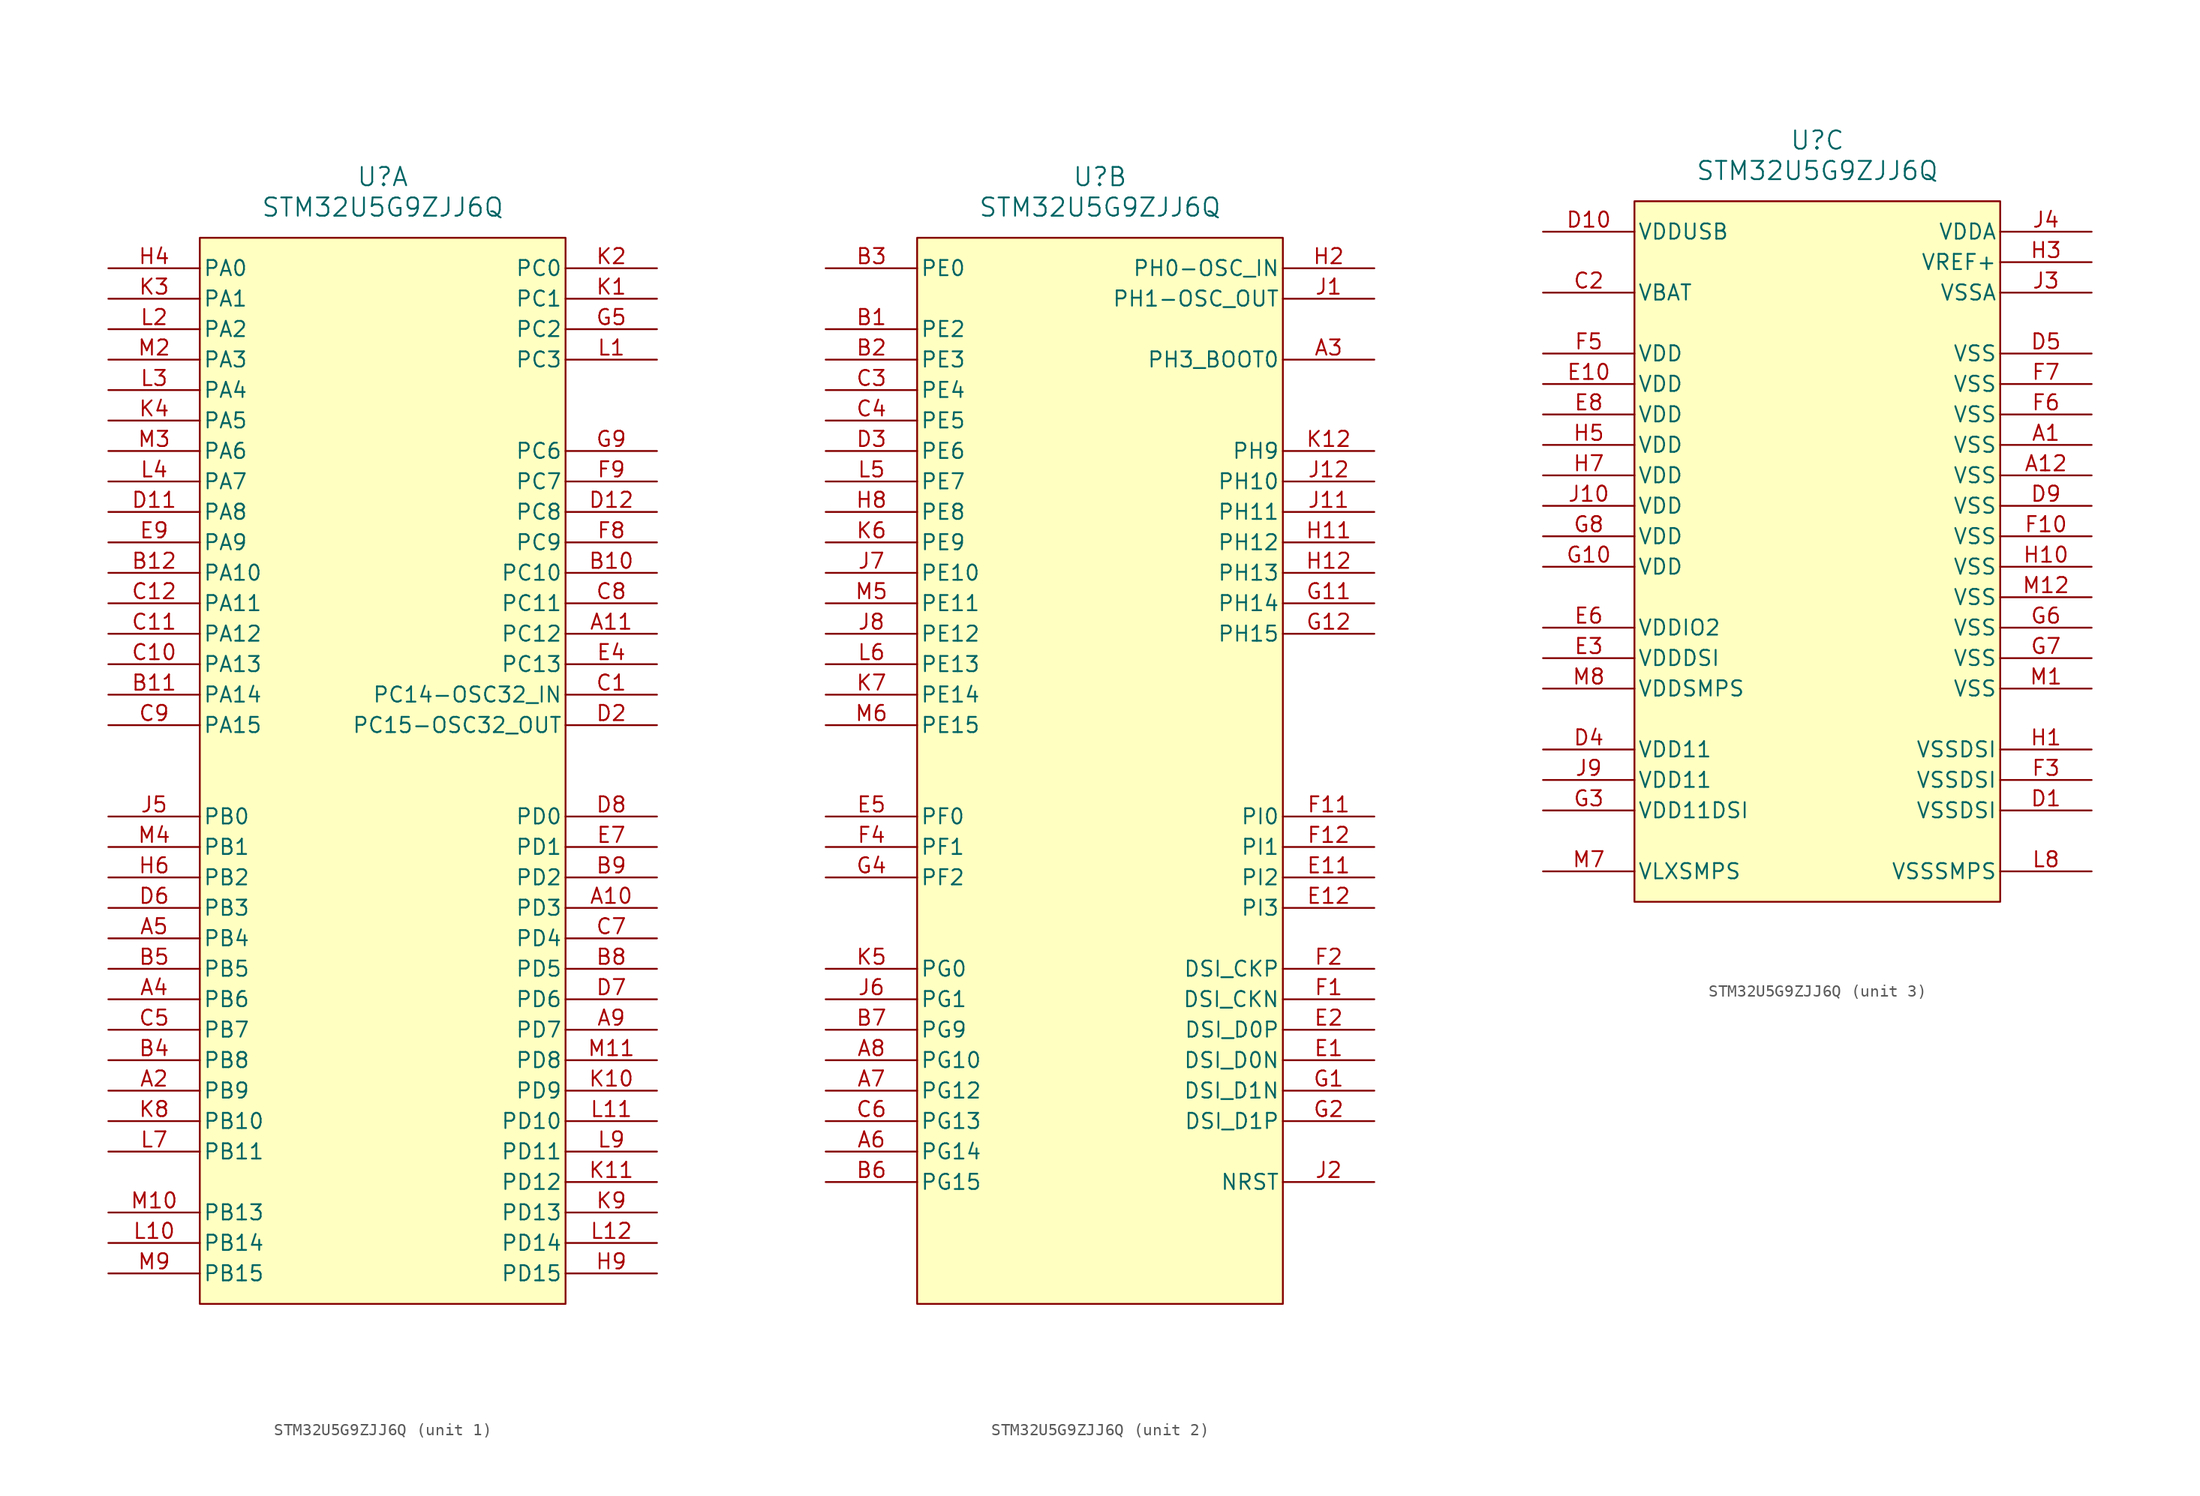
<source format=kicad_sym>
(kicad_symbol_lib
  (version 20231120)
  (generator "kicad_symbol_editor")
  (generator_version "8.0")
  (symbol "STM32U5G9ZJJ6Q"
    (pin_names
      (offset 0.254))
    (property "Reference" "U"
      (at 0 5.08 0)
      (effects (font (size 1.524 1.524))))
    (property "Value" "STM32U5G9ZJJ6Q"
      (at 0 2.54 0)
      (effects (font (size 1.524 1.524))))
    (property "ki_locked" ""
      (at 0 0 0)
      (effects (font (size 1.27 1.27))))
    (symbol "STM32U5G9ZJJ6Q_1_1"
      (rectangle (start -15.24 0) (end 15.24 -88.9) (stroke (width 0) (type default)) (fill (type background)))
      (pin bidirectional line (at 22.86 -55.88 180) (length 7.62) (name "PD3" (effects (font (size 1.27 1.27)))) (number "A10" (effects (font (size 1.27 1.27)))))
      (pin bidirectional line (at 22.86 -33.02 180) (length 7.62) (name "PC12" (effects (font (size 1.27 1.27)))) (number "A11" (effects (font (size 1.27 1.27)))))
      (pin bidirectional line (at -22.86 -71.12 0) (length 7.62) (name "PB9" (effects (font (size 1.27 1.27)))) (number "A2" (effects (font (size 1.27 1.27)))))
      (pin bidirectional line (at -22.86 -63.5 0) (length 7.62) (name "PB6" (effects (font (size 1.27 1.27)))) (number "A4" (effects (font (size 1.27 1.27)))))
      (pin bidirectional line (at -22.86 -58.42 0) (length 7.62) (name "PB4" (effects (font (size 1.27 1.27)))) (number "A5" (effects (font (size 1.27 1.27)))))
      (pin bidirectional line (at 22.86 -66.04 180) (length 7.62) (name "PD7" (effects (font (size 1.27 1.27)))) (number "A9" (effects (font (size 1.27 1.27)))))
      (pin bidirectional line (at 22.86 -27.94 180) (length 7.62) (name "PC10" (effects (font (size 1.27 1.27)))) (number "B10" (effects (font (size 1.27 1.27)))))
      (pin bidirectional line (at -22.86 -38.1 0) (length 7.62) (name "PA14" (effects (font (size 1.27 1.27)))) (number "B11" (effects (font (size 1.27 1.27)))))
      (pin bidirectional line (at -22.86 -27.94 0) (length 7.62) (name "PA10" (effects (font (size 1.27 1.27)))) (number "B12" (effects (font (size 1.27 1.27)))))
      (pin bidirectional line (at -22.86 -68.58 0) (length 7.62) (name "PB8" (effects (font (size 1.27 1.27)))) (number "B4" (effects (font (size 1.27 1.27)))))
      (pin bidirectional line (at -22.86 -60.96 0) (length 7.62) (name "PB5" (effects (font (size 1.27 1.27)))) (number "B5" (effects (font (size 1.27 1.27)))))
      (pin bidirectional line (at 22.86 -60.96 180) (length 7.62) (name "PD5" (effects (font (size 1.27 1.27)))) (number "B8" (effects (font (size 1.27 1.27)))))
      (pin bidirectional line (at 22.86 -53.34 180) (length 7.62) (name "PD2" (effects (font (size 1.27 1.27)))) (number "B9" (effects (font (size 1.27 1.27)))))
      (pin bidirectional line (at 22.86 -38.1 180) (length 7.62) (name "PC14-OSC32_IN" (effects (font (size 1.27 1.27)))) (number "C1" (effects (font (size 1.27 1.27)))))
      (pin bidirectional line (at -22.86 -35.56 0) (length 7.62) (name "PA13" (effects (font (size 1.27 1.27)))) (number "C10" (effects (font (size 1.27 1.27)))))
      (pin bidirectional line (at -22.86 -33.02 0) (length 7.62) (name "PA12" (effects (font (size 1.27 1.27)))) (number "C11" (effects (font (size 1.27 1.27)))))
      (pin bidirectional line (at -22.86 -30.48 0) (length 7.62) (name "PA11" (effects (font (size 1.27 1.27)))) (number "C12" (effects (font (size 1.27 1.27)))))
      (pin bidirectional line (at -22.86 -66.04 0) (length 7.62) (name "PB7" (effects (font (size 1.27 1.27)))) (number "C5" (effects (font (size 1.27 1.27)))))
      (pin bidirectional line (at 22.86 -58.42 180) (length 7.62) (name "PD4" (effects (font (size 1.27 1.27)))) (number "C7" (effects (font (size 1.27 1.27)))))
      (pin bidirectional line (at 22.86 -30.48 180) (length 7.62) (name "PC11" (effects (font (size 1.27 1.27)))) (number "C8" (effects (font (size 1.27 1.27)))))
      (pin bidirectional line (at -22.86 -40.64 0) (length 7.62) (name "PA15" (effects (font (size 1.27 1.27)))) (number "C9" (effects (font (size 1.27 1.27)))))
      (pin bidirectional line (at -22.86 -22.86 0) (length 7.62) (name "PA8" (effects (font (size 1.27 1.27)))) (number "D11" (effects (font (size 1.27 1.27)))))
      (pin bidirectional line (at 22.86 -22.86 180) (length 7.62) (name "PC8" (effects (font (size 1.27 1.27)))) (number "D12" (effects (font (size 1.27 1.27)))))
      (pin output line (at 22.86 -40.64 180) (length 7.62) (name "PC15-OSC32_OUT" (effects (font (size 1.27 1.27)))) (number "D2" (effects (font (size 1.27 1.27)))))
      (pin bidirectional line (at -22.86 -55.88 0) (length 7.62) (name "PB3" (effects (font (size 1.27 1.27)))) (number "D6" (effects (font (size 1.27 1.27)))))
      (pin bidirectional line (at 22.86 -63.5 180) (length 7.62) (name "PD6" (effects (font (size 1.27 1.27)))) (number "D7" (effects (font (size 1.27 1.27)))))
      (pin bidirectional line (at 22.86 -48.26 180) (length 7.62) (name "PD0" (effects (font (size 1.27 1.27)))) (number "D8" (effects (font (size 1.27 1.27)))))
      (pin bidirectional line (at 22.86 -35.56 180) (length 7.62) (name "PC13" (effects (font (size 1.27 1.27)))) (number "E4" (effects (font (size 1.27 1.27)))))
      (pin bidirectional line (at 22.86 -50.8 180) (length 7.62) (name "PD1" (effects (font (size 1.27 1.27)))) (number "E7" (effects (font (size 1.27 1.27)))))
      (pin bidirectional line (at -22.86 -25.4 0) (length 7.62) (name "PA9" (effects (font (size 1.27 1.27)))) (number "E9" (effects (font (size 1.27 1.27)))))
      (pin bidirectional line (at 22.86 -25.4 180) (length 7.62) (name "PC9" (effects (font (size 1.27 1.27)))) (number "F8" (effects (font (size 1.27 1.27)))))
      (pin bidirectional line (at 22.86 -20.32 180) (length 7.62) (name "PC7" (effects (font (size 1.27 1.27)))) (number "F9" (effects (font (size 1.27 1.27)))))
      (pin bidirectional line (at 22.86 -7.62 180) (length 7.62) (name "PC2" (effects (font (size 1.27 1.27)))) (number "G5" (effects (font (size 1.27 1.27)))))
      (pin bidirectional line (at 22.86 -17.78 180) (length 7.62) (name "PC6" (effects (font (size 1.27 1.27)))) (number "G9" (effects (font (size 1.27 1.27)))))
      (pin bidirectional line (at -22.86 -2.54 0) (length 7.62) (name "PA0" (effects (font (size 1.27 1.27)))) (number "H4" (effects (font (size 1.27 1.27)))))
      (pin bidirectional line (at -22.86 -53.34 0) (length 7.62) (name "PB2" (effects (font (size 1.27 1.27)))) (number "H6" (effects (font (size 1.27 1.27)))))
      (pin bidirectional line (at 22.86 -86.36 180) (length 7.62) (name "PD15" (effects (font (size 1.27 1.27)))) (number "H9" (effects (font (size 1.27 1.27)))))
      (pin bidirectional line (at -22.86 -48.26 0) (length 7.62) (name "PB0" (effects (font (size 1.27 1.27)))) (number "J5" (effects (font (size 1.27 1.27)))))
      (pin bidirectional line (at 22.86 -5.08 180) (length 7.62) (name "PC1" (effects (font (size 1.27 1.27)))) (number "K1" (effects (font (size 1.27 1.27)))))
      (pin bidirectional line (at 22.86 -71.12 180) (length 7.62) (name "PD9" (effects (font (size 1.27 1.27)))) (number "K10" (effects (font (size 1.27 1.27)))))
      (pin bidirectional line (at 22.86 -78.74 180) (length 7.62) (name "PD12" (effects (font (size 1.27 1.27)))) (number "K11" (effects (font (size 1.27 1.27)))))
      (pin bidirectional line (at 22.86 -2.54 180) (length 7.62) (name "PC0" (effects (font (size 1.27 1.27)))) (number "K2" (effects (font (size 1.27 1.27)))))
      (pin bidirectional line (at -22.86 -5.08 0) (length 7.62) (name "PA1" (effects (font (size 1.27 1.27)))) (number "K3" (effects (font (size 1.27 1.27)))))
      (pin bidirectional line (at -22.86 -15.24 0) (length 7.62) (name "PA5" (effects (font (size 1.27 1.27)))) (number "K4" (effects (font (size 1.27 1.27)))))
      (pin bidirectional line (at -22.86 -73.66 0) (length 7.62) (name "PB10" (effects (font (size 1.27 1.27)))) (number "K8" (effects (font (size 1.27 1.27)))))
      (pin bidirectional line (at 22.86 -81.28 180) (length 7.62) (name "PD13" (effects (font (size 1.27 1.27)))) (number "K9" (effects (font (size 1.27 1.27)))))
      (pin bidirectional line (at 22.86 -10.16 180) (length 7.62) (name "PC3" (effects (font (size 1.27 1.27)))) (number "L1" (effects (font (size 1.27 1.27)))))
      (pin bidirectional line (at -22.86 -83.82 0) (length 7.62) (name "PB14" (effects (font (size 1.27 1.27)))) (number "L10" (effects (font (size 1.27 1.27)))))
      (pin bidirectional line (at 22.86 -73.66 180) (length 7.62) (name "PD10" (effects (font (size 1.27 1.27)))) (number "L11" (effects (font (size 1.27 1.27)))))
      (pin bidirectional line (at 22.86 -83.82 180) (length 7.62) (name "PD14" (effects (font (size 1.27 1.27)))) (number "L12" (effects (font (size 1.27 1.27)))))
      (pin bidirectional line (at -22.86 -7.62 0) (length 7.62) (name "PA2" (effects (font (size 1.27 1.27)))) (number "L2" (effects (font (size 1.27 1.27)))))
      (pin bidirectional line (at -22.86 -12.7 0) (length 7.62) (name "PA4" (effects (font (size 1.27 1.27)))) (number "L3" (effects (font (size 1.27 1.27)))))
      (pin bidirectional line (at -22.86 -20.32 0) (length 7.62) (name "PA7" (effects (font (size 1.27 1.27)))) (number "L4" (effects (font (size 1.27 1.27)))))
      (pin bidirectional line (at -22.86 -76.2 0) (length 7.62) (name "PB11" (effects (font (size 1.27 1.27)))) (number "L7" (effects (font (size 1.27 1.27)))))
      (pin bidirectional line (at 22.86 -76.2 180) (length 7.62) (name "PD11" (effects (font (size 1.27 1.27)))) (number "L9" (effects (font (size 1.27 1.27)))))
      (pin bidirectional line (at -22.86 -81.28 0) (length 7.62) (name "PB13" (effects (font (size 1.27 1.27)))) (number "M10" (effects (font (size 1.27 1.27)))))
      (pin bidirectional line (at 22.86 -68.58 180) (length 7.62) (name "PD8" (effects (font (size 1.27 1.27)))) (number "M11" (effects (font (size 1.27 1.27)))))
      (pin bidirectional line (at -22.86 -10.16 0) (length 7.62) (name "PA3" (effects (font (size 1.27 1.27)))) (number "M2" (effects (font (size 1.27 1.27)))))
      (pin bidirectional line (at -22.86 -17.78 0) (length 7.62) (name "PA6" (effects (font (size 1.27 1.27)))) (number "M3" (effects (font (size 1.27 1.27)))))
      (pin bidirectional line (at -22.86 -50.8 0) (length 7.62) (name "PB1" (effects (font (size 1.27 1.27)))) (number "M4" (effects (font (size 1.27 1.27)))))
      (pin bidirectional line (at -22.86 -86.36 0) (length 7.62) (name "PB15" (effects (font (size 1.27 1.27)))) (number "M9" (effects (font (size 1.27 1.27))))))
    (symbol "STM32U5G9ZJJ6Q_2_1"
      (rectangle (start -15.24 0) (end 15.24 -88.9) (stroke (width 0) (type default)) (fill (type background)))
      (pin bidirectional line (at 22.86 -10.16 180) (length 7.62) (name "PH3_BOOT0" (effects (font (size 1.27 1.27)))) (number "A3" (effects (font (size 1.27 1.27)))))
      (pin bidirectional line (at -22.86 -76.2 0) (length 7.62) (name "PG14" (effects (font (size 1.27 1.27)))) (number "A6" (effects (font (size 1.27 1.27)))))
      (pin bidirectional line (at -22.86 -71.12 0) (length 7.62) (name "PG12" (effects (font (size 1.27 1.27)))) (number "A7" (effects (font (size 1.27 1.27)))))
      (pin bidirectional line (at -22.86 -68.58 0) (length 7.62) (name "PG10" (effects (font (size 1.27 1.27)))) (number "A8" (effects (font (size 1.27 1.27)))))
      (pin bidirectional line (at -22.86 -7.62 0) (length 7.62) (name "PE2" (effects (font (size 1.27 1.27)))) (number "B1" (effects (font (size 1.27 1.27)))))
      (pin bidirectional line (at -22.86 -10.16 0) (length 7.62) (name "PE3" (effects (font (size 1.27 1.27)))) (number "B2" (effects (font (size 1.27 1.27)))))
      (pin bidirectional line (at -22.86 -2.54 0) (length 7.62) (name "PE0" (effects (font (size 1.27 1.27)))) (number "B3" (effects (font (size 1.27 1.27)))))
      (pin bidirectional line (at -22.86 -78.74 0) (length 7.62) (name "PG15" (effects (font (size 1.27 1.27)))) (number "B6" (effects (font (size 1.27 1.27)))))
      (pin bidirectional line (at -22.86 -66.04 0) (length 7.62) (name "PG9" (effects (font (size 1.27 1.27)))) (number "B7" (effects (font (size 1.27 1.27)))))
      (pin bidirectional line (at -22.86 -12.7 0) (length 7.62) (name "PE4" (effects (font (size 1.27 1.27)))) (number "C3" (effects (font (size 1.27 1.27)))))
      (pin bidirectional line (at -22.86 -15.24 0) (length 7.62) (name "PE5" (effects (font (size 1.27 1.27)))) (number "C4" (effects (font (size 1.27 1.27)))))
      (pin bidirectional line (at -22.86 -73.66 0) (length 7.62) (name "PG13" (effects (font (size 1.27 1.27)))) (number "C6" (effects (font (size 1.27 1.27)))))
      (pin bidirectional line (at -22.86 -17.78 0) (length 7.62) (name "PE6" (effects (font (size 1.27 1.27)))) (number "D3" (effects (font (size 1.27 1.27)))))
      (pin bidirectional line (at 22.86 -68.58 180) (length 7.62) (name "DSI_D0N" (effects (font (size 1.27 1.27)))) (number "E1" (effects (font (size 1.27 1.27)))))
      (pin bidirectional line (at 22.86 -53.34 180) (length 7.62) (name "PI2" (effects (font (size 1.27 1.27)))) (number "E11" (effects (font (size 1.27 1.27)))))
      (pin bidirectional line (at 22.86 -55.88 180) (length 7.62) (name "PI3" (effects (font (size 1.27 1.27)))) (number "E12" (effects (font (size 1.27 1.27)))))
      (pin bidirectional line (at 22.86 -66.04 180) (length 7.62) (name "DSI_D0P" (effects (font (size 1.27 1.27)))) (number "E2" (effects (font (size 1.27 1.27)))))
      (pin bidirectional line (at -22.86 -48.26 0) (length 7.62) (name "PF0" (effects (font (size 1.27 1.27)))) (number "E5" (effects (font (size 1.27 1.27)))))
      (pin unspecified line (at 22.86 -63.5 180) (length 7.62) (name "DSI_CKN" (effects (font (size 1.27 1.27)))) (number "F1" (effects (font (size 1.27 1.27)))))
      (pin bidirectional line (at 22.86 -48.26 180) (length 7.62) (name "PI0" (effects (font (size 1.27 1.27)))) (number "F11" (effects (font (size 1.27 1.27)))))
      (pin bidirectional line (at 22.86 -50.8 180) (length 7.62) (name "PI1" (effects (font (size 1.27 1.27)))) (number "F12" (effects (font (size 1.27 1.27)))))
      (pin unspecified line (at 22.86 -60.96 180) (length 7.62) (name "DSI_CKP" (effects (font (size 1.27 1.27)))) (number "F2" (effects (font (size 1.27 1.27)))))
      (pin bidirectional line (at -22.86 -50.8 0) (length 7.62) (name "PF1" (effects (font (size 1.27 1.27)))) (number "F4" (effects (font (size 1.27 1.27)))))
      (pin bidirectional line (at 22.86 -71.12 180) (length 7.62) (name "DSI_D1N" (effects (font (size 1.27 1.27)))) (number "G1" (effects (font (size 1.27 1.27)))))
      (pin bidirectional line (at 22.86 -30.48 180) (length 7.62) (name "PH14" (effects (font (size 1.27 1.27)))) (number "G11" (effects (font (size 1.27 1.27)))))
      (pin bidirectional line (at 22.86 -33.02 180) (length 7.62) (name "PH15" (effects (font (size 1.27 1.27)))) (number "G12" (effects (font (size 1.27 1.27)))))
      (pin bidirectional line (at 22.86 -73.66 180) (length 7.62) (name "DSI_D1P" (effects (font (size 1.27 1.27)))) (number "G2" (effects (font (size 1.27 1.27)))))
      (pin bidirectional line (at -22.86 -53.34 0) (length 7.62) (name "PF2" (effects (font (size 1.27 1.27)))) (number "G4" (effects (font (size 1.27 1.27)))))
      (pin bidirectional line (at 22.86 -25.4 180) (length 7.62) (name "PH12" (effects (font (size 1.27 1.27)))) (number "H11" (effects (font (size 1.27 1.27)))))
      (pin bidirectional line (at 22.86 -27.94 180) (length 7.62) (name "PH13" (effects (font (size 1.27 1.27)))) (number "H12" (effects (font (size 1.27 1.27)))))
      (pin bidirectional line (at 22.86 -2.54 180) (length 7.62) (name "PH0-OSC_IN" (effects (font (size 1.27 1.27)))) (number "H2" (effects (font (size 1.27 1.27)))))
      (pin bidirectional line (at -22.86 -22.86 0) (length 7.62) (name "PE8" (effects (font (size 1.27 1.27)))) (number "H8" (effects (font (size 1.27 1.27)))))
      (pin output line (at 22.86 -5.08 180) (length 7.62) (name "PH1-OSC_OUT" (effects (font (size 1.27 1.27)))) (number "J1" (effects (font (size 1.27 1.27)))))
      (pin bidirectional line (at 22.86 -22.86 180) (length 7.62) (name "PH11" (effects (font (size 1.27 1.27)))) (number "J11" (effects (font (size 1.27 1.27)))))
      (pin bidirectional line (at 22.86 -20.32 180) (length 7.62) (name "PH10" (effects (font (size 1.27 1.27)))) (number "J12" (effects (font (size 1.27 1.27)))))
      (pin unspecified line (at 22.86 -78.74 180) (length 7.62) (name "NRST" (effects (font (size 1.27 1.27)))) (number "J2" (effects (font (size 1.27 1.27)))))
      (pin bidirectional line (at -22.86 -63.5 0) (length 7.62) (name "PG1" (effects (font (size 1.27 1.27)))) (number "J6" (effects (font (size 1.27 1.27)))))
      (pin bidirectional line (at -22.86 -27.94 0) (length 7.62) (name "PE10" (effects (font (size 1.27 1.27)))) (number "J7" (effects (font (size 1.27 1.27)))))
      (pin bidirectional line (at -22.86 -33.02 0) (length 7.62) (name "PE12" (effects (font (size 1.27 1.27)))) (number "J8" (effects (font (size 1.27 1.27)))))
      (pin bidirectional line (at 22.86 -17.78 180) (length 7.62) (name "PH9" (effects (font (size 1.27 1.27)))) (number "K12" (effects (font (size 1.27 1.27)))))
      (pin bidirectional line (at -22.86 -60.96 0) (length 7.62) (name "PG0" (effects (font (size 1.27 1.27)))) (number "K5" (effects (font (size 1.27 1.27)))))
      (pin bidirectional line (at -22.86 -25.4 0) (length 7.62) (name "PE9" (effects (font (size 1.27 1.27)))) (number "K6" (effects (font (size 1.27 1.27)))))
      (pin bidirectional line (at -22.86 -38.1 0) (length 7.62) (name "PE14" (effects (font (size 1.27 1.27)))) (number "K7" (effects (font (size 1.27 1.27)))))
      (pin bidirectional line (at -22.86 -20.32 0) (length 7.62) (name "PE7" (effects (font (size 1.27 1.27)))) (number "L5" (effects (font (size 1.27 1.27)))))
      (pin bidirectional line (at -22.86 -35.56 0) (length 7.62) (name "PE13" (effects (font (size 1.27 1.27)))) (number "L6" (effects (font (size 1.27 1.27)))))
      (pin bidirectional line (at -22.86 -30.48 0) (length 7.62) (name "PE11" (effects (font (size 1.27 1.27)))) (number "M5" (effects (font (size 1.27 1.27)))))
      (pin bidirectional line (at -22.86 -40.64 0) (length 7.62) (name "PE15" (effects (font (size 1.27 1.27)))) (number "M6" (effects (font (size 1.27 1.27))))))
    (symbol "STM32U5G9ZJJ6Q_3_1"
      (rectangle (start -15.24 0) (end 15.24 -58.42) (stroke (width 0) (type default)) (fill (type background)))
      (pin power_out line (at 22.86 -20.32 180) (length 7.62) (name "VSS" (effects (font (size 1.27 1.27)))) (number "A1" (effects (font (size 1.27 1.27)))))
      (pin power_out line (at 22.86 -22.86 180) (length 7.62) (name "VSS" (effects (font (size 1.27 1.27)))) (number "A12" (effects (font (size 1.27 1.27)))))
      (pin power_in line (at -22.86 -7.62 0) (length 7.62) (name "VBAT" (effects (font (size 1.27 1.27)))) (number "C2" (effects (font (size 1.27 1.27)))))
      (pin power_out line (at 22.86 -50.8 180) (length 7.62) (name "VSSDSI" (effects (font (size 1.27 1.27)))) (number "D1" (effects (font (size 1.27 1.27)))))
      (pin power_in line (at -22.86 -2.54 0) (length 7.62) (name "VDDUSB" (effects (font (size 1.27 1.27)))) (number "D10" (effects (font (size 1.27 1.27)))))
      (pin power_in line (at -22.86 -45.72 0) (length 7.62) (name "VDD11" (effects (font (size 1.27 1.27)))) (number "D4" (effects (font (size 1.27 1.27)))))
      (pin power_out line (at 22.86 -12.7 180) (length 7.62) (name "VSS" (effects (font (size 1.27 1.27)))) (number "D5" (effects (font (size 1.27 1.27)))))
      (pin power_out line (at 22.86 -25.4 180) (length 7.62) (name "VSS" (effects (font (size 1.27 1.27)))) (number "D9" (effects (font (size 1.27 1.27)))))
      (pin power_in line (at -22.86 -15.24 0) (length 7.62) (name "VDD" (effects (font (size 1.27 1.27)))) (number "E10" (effects (font (size 1.27 1.27)))))
      (pin power_in line (at -22.86 -38.1 0) (length 7.62) (name "VDDDSI" (effects (font (size 1.27 1.27)))) (number "E3" (effects (font (size 1.27 1.27)))))
      (pin power_in line (at -22.86 -35.56 0) (length 7.62) (name "VDDIO2" (effects (font (size 1.27 1.27)))) (number "E6" (effects (font (size 1.27 1.27)))))
      (pin power_in line (at -22.86 -17.78 0) (length 7.62) (name "VDD" (effects (font (size 1.27 1.27)))) (number "E8" (effects (font (size 1.27 1.27)))))
      (pin power_out line (at 22.86 -27.94 180) (length 7.62) (name "VSS" (effects (font (size 1.27 1.27)))) (number "F10" (effects (font (size 1.27 1.27)))))
      (pin power_out line (at 22.86 -48.26 180) (length 7.62) (name "VSSDSI" (effects (font (size 1.27 1.27)))) (number "F3" (effects (font (size 1.27 1.27)))))
      (pin power_in line (at -22.86 -12.7 0) (length 7.62) (name "VDD" (effects (font (size 1.27 1.27)))) (number "F5" (effects (font (size 1.27 1.27)))))
      (pin power_out line (at 22.86 -17.78 180) (length 7.62) (name "VSS" (effects (font (size 1.27 1.27)))) (number "F6" (effects (font (size 1.27 1.27)))))
      (pin power_out line (at 22.86 -15.24 180) (length 7.62) (name "VSS" (effects (font (size 1.27 1.27)))) (number "F7" (effects (font (size 1.27 1.27)))))
      (pin power_in line (at -22.86 -30.48 0) (length 7.62) (name "VDD" (effects (font (size 1.27 1.27)))) (number "G10" (effects (font (size 1.27 1.27)))))
      (pin power_in line (at -22.86 -50.8 0) (length 7.62) (name "VDD11DSI" (effects (font (size 1.27 1.27)))) (number "G3" (effects (font (size 1.27 1.27)))))
      (pin power_out line (at 22.86 -35.56 180) (length 7.62) (name "VSS" (effects (font (size 1.27 1.27)))) (number "G6" (effects (font (size 1.27 1.27)))))
      (pin power_out line (at 22.86 -38.1 180) (length 7.62) (name "VSS" (effects (font (size 1.27 1.27)))) (number "G7" (effects (font (size 1.27 1.27)))))
      (pin power_in line (at -22.86 -27.94 0) (length 7.62) (name "VDD" (effects (font (size 1.27 1.27)))) (number "G8" (effects (font (size 1.27 1.27)))))
      (pin power_out line (at 22.86 -45.72 180) (length 7.62) (name "VSSDSI" (effects (font (size 1.27 1.27)))) (number "H1" (effects (font (size 1.27 1.27)))))
      (pin power_out line (at 22.86 -30.48 180) (length 7.62) (name "VSS" (effects (font (size 1.27 1.27)))) (number "H10" (effects (font (size 1.27 1.27)))))
      (pin power_in line (at 22.86 -5.08 180) (length 7.62) (name "VREF+" (effects (font (size 1.27 1.27)))) (number "H3" (effects (font (size 1.27 1.27)))))
      (pin power_in line (at -22.86 -20.32 0) (length 7.62) (name "VDD" (effects (font (size 1.27 1.27)))) (number "H5" (effects (font (size 1.27 1.27)))))
      (pin power_in line (at -22.86 -22.86 0) (length 7.62) (name "VDD" (effects (font (size 1.27 1.27)))) (number "H7" (effects (font (size 1.27 1.27)))))
      (pin power_in line (at -22.86 -25.4 0) (length 7.62) (name "VDD" (effects (font (size 1.27 1.27)))) (number "J10" (effects (font (size 1.27 1.27)))))
      (pin power_out line (at 22.86 -7.62 180) (length 7.62) (name "VSSA" (effects (font (size 1.27 1.27)))) (number "J3" (effects (font (size 1.27 1.27)))))
      (pin power_in line (at 22.86 -2.54 180) (length 7.62) (name "VDDA" (effects (font (size 1.27 1.27)))) (number "J4" (effects (font (size 1.27 1.27)))))
      (pin power_in line (at -22.86 -48.26 0) (length 7.62) (name "VDD11" (effects (font (size 1.27 1.27)))) (number "J9" (effects (font (size 1.27 1.27)))))
      (pin power_out line (at 22.86 -55.88 180) (length 7.62) (name "VSSSMPS" (effects (font (size 1.27 1.27)))) (number "L8" (effects (font (size 1.27 1.27)))))
      (pin power_out line (at 22.86 -40.64 180) (length 7.62) (name "VSS" (effects (font (size 1.27 1.27)))) (number "M1" (effects (font (size 1.27 1.27)))))
      (pin power_out line (at 22.86 -33.02 180) (length 7.62) (name "VSS" (effects (font (size 1.27 1.27)))) (number "M12" (effects (font (size 1.27 1.27)))))
      (pin unspecified line (at -22.86 -55.88 0) (length 7.62) (name "VLXSMPS" (effects (font (size 1.27 1.27)))) (number "M7" (effects (font (size 1.27 1.27)))))
      (pin power_in line (at -22.86 -40.64 0) (length 7.62) (name "VDDSMPS" (effects (font (size 1.27 1.27)))) (number "M8" (effects (font (size 1.27 1.27))))))))
</source>
